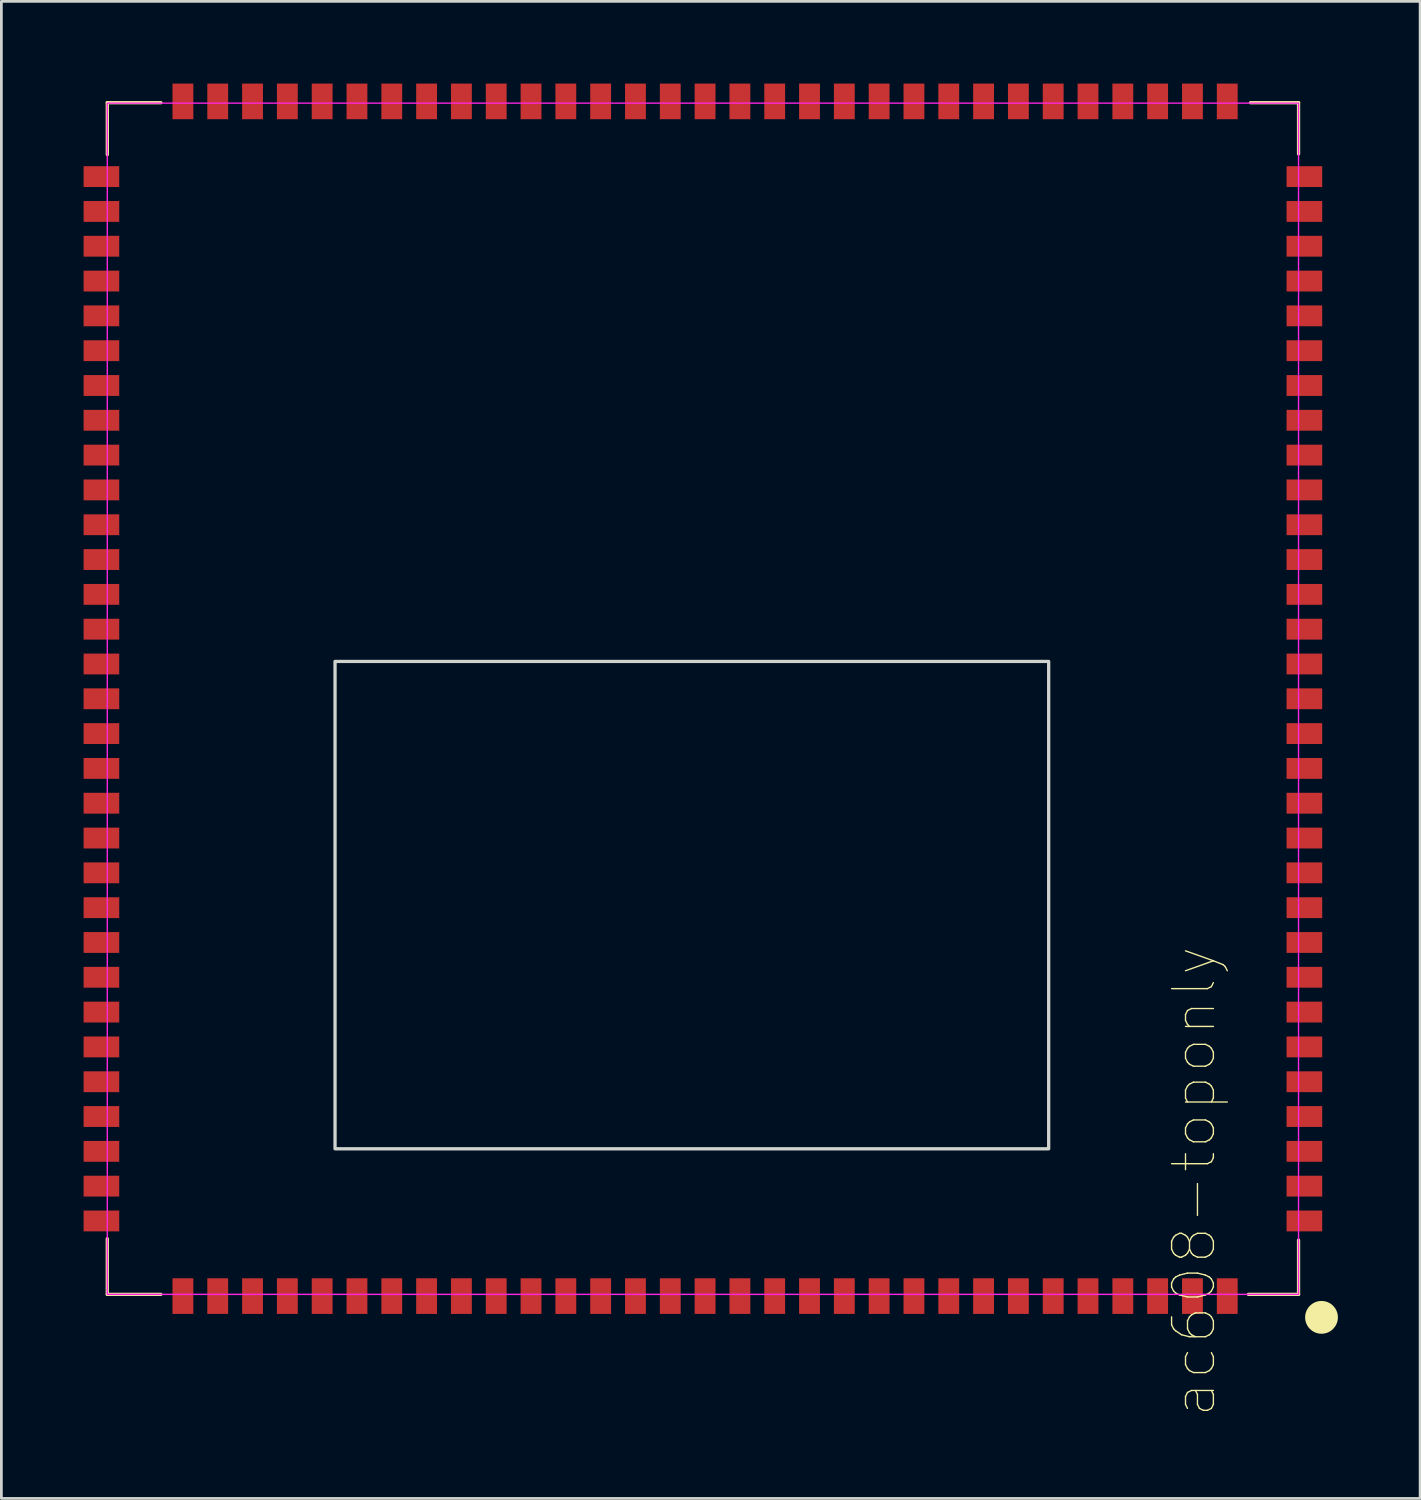
<source format=kicad_pcb>
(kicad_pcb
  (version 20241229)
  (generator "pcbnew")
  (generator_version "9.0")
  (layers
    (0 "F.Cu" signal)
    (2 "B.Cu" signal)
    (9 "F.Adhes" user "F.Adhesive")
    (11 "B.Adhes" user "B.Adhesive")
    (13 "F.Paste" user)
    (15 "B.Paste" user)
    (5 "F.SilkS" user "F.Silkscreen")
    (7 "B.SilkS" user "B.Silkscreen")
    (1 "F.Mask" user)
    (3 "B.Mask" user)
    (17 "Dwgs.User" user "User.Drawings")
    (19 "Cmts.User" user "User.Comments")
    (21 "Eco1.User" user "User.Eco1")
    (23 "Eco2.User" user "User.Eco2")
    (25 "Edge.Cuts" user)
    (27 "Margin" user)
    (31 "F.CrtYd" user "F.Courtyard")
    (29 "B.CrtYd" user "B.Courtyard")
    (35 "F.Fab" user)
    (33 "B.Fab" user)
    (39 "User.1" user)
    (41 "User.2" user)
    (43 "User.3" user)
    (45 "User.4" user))
  (footprint "ac608-toponly"
    (layer "F.Cu")
    (at 0.864 44.172)
    (property "Reference" "ac608-toponly" (at 39.65 -4.115 90) (layer "F.SilkS") (effects (font (size 1.524 1.524) (thickness 0.05))))
    (attr smd)
    (fp_line (start 0 0) (end 0 -2.032) (stroke (width 0.12) (type solid)) (layer "F.SilkS"))
    (fp_line (start 0 0) (end 1.956 0) (stroke (width 0.12) (type solid)) (layer "F.SilkS"))
    (fp_line (start 0.001 -43.475) (end 0.001 -41.58) (stroke (width 0.12) (type solid)) (layer "F.SilkS"))
    (fp_line (start 0.001 -43.475) (end 1.956 -43.475) (stroke (width 0.12) (type solid)) (layer "F.SilkS"))
    (fp_line (start 43.46 -43.475) (end 41.707 -43.475) (stroke (width 0.12) (type solid)) (layer "F.SilkS"))
    (fp_line (start 43.46 -43.475) (end 43.46 -41.605) (stroke (width 0.12) (type solid)) (layer "F.SilkS"))
    (fp_line (start 43.46 -1.981) (end 43.46 0) (stroke (width 0.12) (type solid)) (layer "F.SilkS"))
    (fp_line (start 43.46 0) (end 41.631 0) (stroke (width 0.12) (type solid)) (layer "F.SilkS"))
    (fp_circle (center 44.298 0.838) (end 44.836 0.838) (stroke (width 0.12) (type solid)) (fill yes) (layer "F.SilkS"))
    (fp_rect (start 34.344 -5.311) (end 8.309 -23.091) (stroke (width 0.12) (type solid)) (fill no) (layer "Edge.Cuts"))
    (fp_rect (start 43.46 0) (end 0 -43.46) (stroke (width 0.05) (type solid)) (fill no) (layer "F.CrtYd"))
    (pad "1" smd rect (at 43.673 -2.679 270) (size 0.76 1.3) (layers "F.Cu" "F.Mask" "F.Paste"))
    (pad "2" smd rect (at 43.673 -3.949 270) (size 0.76 1.3) (layers "F.Cu" "F.Mask" "F.Paste"))
    (pad "3" smd rect (at 43.673 -5.218 270) (size 0.76 1.3) (layers "F.Cu" "F.Mask" "F.Paste"))
    (pad "4" smd rect (at 43.673 -6.489 270) (size 0.76 1.3) (layers "F.Cu" "F.Mask" "F.Paste"))
    (pad "5" smd rect (at 43.673 -7.758 270) (size 0.76 1.3) (layers "F.Cu" "F.Mask" "F.Paste"))
    (pad "6" smd rect (at 43.673 -9.028 270) (size 0.76 1.3) (layers "F.Cu" "F.Mask" "F.Paste"))
    (pad "7" smd rect (at 43.673 -10.299 270) (size 0.76 1.3) (layers "F.Cu" "F.Mask" "F.Paste"))
    (pad "8" smd rect (at 43.673 -11.569 270) (size 0.76 1.3) (layers "F.Cu" "F.Mask" "F.Paste"))
    (pad "9" smd rect (at 43.673 -12.838 270) (size 0.76 1.3) (layers "F.Cu" "F.Mask" "F.Paste"))
    (pad "10" smd rect (at 43.673 -14.108 270) (size 0.76 1.3) (layers "F.Cu" "F.Mask" "F.Paste"))
    (pad "11" smd rect (at 43.673 -15.379 270) (size 0.76 1.3) (layers "F.Cu" "F.Mask" "F.Paste"))
    (pad "12" smd rect (at 43.673 -16.648 270) (size 0.76 1.3) (layers "F.Cu" "F.Mask" "F.Paste"))
    (pad "13" smd rect (at 43.673 -17.919 270) (size 0.76 1.3) (layers "F.Cu" "F.Mask" "F.Paste"))
    (pad "14" smd rect (at 43.673 -19.189 270) (size 0.76 1.3) (layers "F.Cu" "F.Mask" "F.Paste"))
    (pad "15" smd rect (at 43.673 -20.459 270) (size 0.76 1.3) (layers "F.Cu" "F.Mask" "F.Paste"))
    (pad "16" smd rect (at 43.673 -21.729 270) (size 0.76 1.3) (layers "F.Cu" "F.Mask" "F.Paste"))
    (pad "17" smd rect (at 43.673 -22.998 270) (size 0.76 1.3) (layers "F.Cu" "F.Mask" "F.Paste"))
    (pad "18" smd rect (at 43.673 -24.268 270) (size 0.76 1.3) (layers "F.Cu" "F.Mask" "F.Paste"))
    (pad "19" smd rect (at 43.673 -25.538 270) (size 0.76 1.3) (layers "F.Cu" "F.Mask" "F.Paste"))
    (pad "20" smd rect (at 43.673 -26.808 270) (size 0.76 1.3) (layers "F.Cu" "F.Mask" "F.Paste"))
    (pad "21" smd rect (at 43.673 -28.078 270) (size 0.76 1.3) (layers "F.Cu" "F.Mask" "F.Paste"))
    (pad "22" smd rect (at 43.673 -29.349 270) (size 0.76 1.3) (layers "F.Cu" "F.Mask" "F.Paste"))
    (pad "23" smd rect (at 43.673 -30.619 270) (size 0.76 1.3) (layers "F.Cu" "F.Mask" "F.Paste"))
    (pad "24" smd rect (at 43.673 -31.889 270) (size 0.76 1.3) (layers "F.Cu" "F.Mask" "F.Paste"))
    (pad "25" smd rect (at 43.673 -33.158 270) (size 0.76 1.3) (layers "F.Cu" "F.Mask" "F.Paste"))
    (pad "26" smd rect (at 43.673 -34.428 270) (size 0.76 1.3) (layers "F.Cu" "F.Mask" "F.Paste"))
    (pad "27" smd rect (at 43.673 -35.699 270) (size 0.76 1.3) (layers "F.Cu" "F.Mask" "F.Paste"))
    (pad "28" smd rect (at 43.673 -36.968 270) (size 0.76 1.3) (layers "F.Cu" "F.Mask" "F.Paste"))
    (pad "29" smd rect (at 43.673 -38.239 270) (size 0.76 1.3) (layers "F.Cu" "F.Mask" "F.Paste"))
    (pad "30" smd rect (at 43.673 -39.508 270) (size 0.76 1.3) (layers "F.Cu" "F.Mask" "F.Paste"))
    (pad "31" smd rect (at 43.673 -40.779 270) (size 0.76 1.3) (layers "F.Cu" "F.Mask" "F.Paste"))
    (pad "32" smd rect (at 40.859 -43.523) (size 0.76 1.3) (layers "F.Cu" "F.Mask" "F.Paste"))
    (pad "33" smd rect (at 39.589 -43.523) (size 0.76 1.3) (layers "F.Cu" "F.Mask" "F.Paste"))
    (pad "34" smd rect (at 38.319 -43.523) (size 0.76 1.3) (layers "F.Cu" "F.Mask" "F.Paste"))
    (pad "35" smd rect (at 37.049 -43.523) (size 0.76 1.3) (layers "F.Cu" "F.Mask" "F.Paste"))
    (pad "36" smd rect (at 35.779 -43.523) (size 0.76 1.3) (layers "F.Cu" "F.Mask" "F.Paste"))
    (pad "37" smd rect (at 34.509 -43.523) (size 0.76 1.3) (layers "F.Cu" "F.Mask" "F.Paste"))
    (pad "38" smd rect (at 33.239 -43.523) (size 0.76 1.3) (layers "F.Cu" "F.Mask" "F.Paste"))
    (pad "39" smd rect (at 31.969 -43.523) (size 0.76 1.3) (layers "F.Cu" "F.Mask" "F.Paste"))
    (pad "40" smd rect (at 30.699 -43.523) (size 0.76 1.3) (layers "F.Cu" "F.Mask" "F.Paste"))
    (pad "41" smd rect (at 29.429 -43.523) (size 0.76 1.3) (layers "F.Cu" "F.Mask" "F.Paste"))
    (pad "42" smd rect (at 28.159 -43.523) (size 0.76 1.3) (layers "F.Cu" "F.Mask" "F.Paste"))
    (pad "43" smd rect (at 26.889 -43.523) (size 0.76 1.3) (layers "F.Cu" "F.Mask" "F.Paste"))
    (pad "44" smd rect (at 25.619 -43.523) (size 0.76 1.3) (layers "F.Cu" "F.Mask" "F.Paste"))
    (pad "45" smd rect (at 24.349 -43.523) (size 0.76 1.3) (layers "F.Cu" "F.Mask" "F.Paste"))
    (pad "46" smd rect (at 23.079 -43.523) (size 0.76 1.3) (layers "F.Cu" "F.Mask" "F.Paste"))
    (pad "47" smd rect (at 21.809 -43.523) (size 0.76 1.3) (layers "F.Cu" "F.Mask" "F.Paste"))
    (pad "48" smd rect (at 20.539 -43.523) (size 0.76 1.3) (layers "F.Cu" "F.Mask" "F.Paste"))
    (pad "49" smd rect (at 19.269 -43.523) (size 0.76 1.3) (layers "F.Cu" "F.Mask" "F.Paste"))
    (pad "50" smd rect (at 17.999 -43.523) (size 0.76 1.3) (layers "F.Cu" "F.Mask" "F.Paste"))
    (pad "51" smd rect (at 16.729 -43.523) (size 0.76 1.3) (layers "F.Cu" "F.Mask" "F.Paste"))
    (pad "52" smd rect (at 15.459 -43.523) (size 0.76 1.3) (layers "F.Cu" "F.Mask" "F.Paste"))
    (pad "53" smd rect (at 14.189 -43.523) (size 0.76 1.3) (layers "F.Cu" "F.Mask" "F.Paste"))
    (pad "54" smd rect (at 12.919 -43.523) (size 0.76 1.3) (layers "F.Cu" "F.Mask" "F.Paste"))
    (pad "55" smd rect (at 11.649 -43.523) (size 0.76 1.3) (layers "F.Cu" "F.Mask" "F.Paste"))
    (pad "56" smd rect (at 10.379 -43.523) (size 0.76 1.3) (layers "F.Cu" "F.Mask" "F.Paste"))
    (pad "57" smd rect (at 9.109 -43.523) (size 0.76 1.3) (layers "F.Cu" "F.Mask" "F.Paste"))
    (pad "58" smd rect (at 7.839 -43.523) (size 0.76 1.3) (layers "F.Cu" "F.Mask" "F.Paste"))
    (pad "59" smd rect (at 6.569 -43.523) (size 0.76 1.3) (layers "F.Cu" "F.Mask" "F.Paste"))
    (pad "60" smd rect (at 5.299 -43.523) (size 0.76 1.3) (layers "F.Cu" "F.Mask" "F.Paste"))
    (pad "61" smd rect (at 4.029 -43.523) (size 0.76 1.3) (layers "F.Cu" "F.Mask" "F.Paste"))
    (pad "62" smd rect (at 2.759 -43.523) (size 0.76 1.3) (layers "F.Cu" "F.Mask" "F.Paste"))
    (pad "63" smd rect (at -0.214 -40.779 90) (size 0.76 1.3) (layers "F.Cu" "F.Mask" "F.Paste"))
    (pad "64" smd rect (at -0.214 -39.508 90) (size 0.76 1.3) (layers "F.Cu" "F.Mask" "F.Paste"))
    (pad "65" smd rect (at -0.214 -38.239 90) (size 0.76 1.3) (layers "F.Cu" "F.Mask" "F.Paste"))
    (pad "66" smd rect (at -0.214 -36.968 90) (size 0.76 1.3) (layers "F.Cu" "F.Mask" "F.Paste"))
    (pad "67" smd rect (at -0.214 -35.699 90) (size 0.76 1.3) (layers "F.Cu" "F.Mask" "F.Paste"))
    (pad "68" smd rect (at -0.214 -34.428 90) (size 0.76 1.3) (layers "F.Cu" "F.Mask" "F.Paste"))
    (pad "69" smd rect (at -0.214 -33.158 90) (size 0.76 1.3) (layers "F.Cu" "F.Mask" "F.Paste"))
    (pad "70" smd rect (at -0.214 -31.889 90) (size 0.76 1.3) (layers "F.Cu" "F.Mask" "F.Paste"))
    (pad "71" smd rect (at -0.214 -30.619 90) (size 0.76 1.3) (layers "F.Cu" "F.Mask" "F.Paste"))
    (pad "72" smd rect (at -0.214 -29.349 90) (size 0.76 1.3) (layers "F.Cu" "F.Mask" "F.Paste"))
    (pad "73" smd rect (at -0.214 -28.078 90) (size 0.76 1.3) (layers "F.Cu" "F.Mask" "F.Paste"))
    (pad "74" smd rect (at -0.214 -26.808 90) (size 0.76 1.3) (layers "F.Cu" "F.Mask" "F.Paste"))
    (pad "75" smd rect (at -0.214 -25.538 90) (size 0.76 1.3) (layers "F.Cu" "F.Mask" "F.Paste"))
    (pad "76" smd rect (at -0.214 -24.268 90) (size 0.76 1.3) (layers "F.Cu" "F.Mask" "F.Paste"))
    (pad "77" smd rect (at -0.214 -22.998 90) (size 0.76 1.3) (layers "F.Cu" "F.Mask" "F.Paste"))
    (pad "78" smd rect (at -0.214 -21.729 90) (size 0.76 1.3) (layers "F.Cu" "F.Mask" "F.Paste"))
    (pad "79" smd rect (at -0.214 -20.459 90) (size 0.76 1.3) (layers "F.Cu" "F.Mask" "F.Paste"))
    (pad "80" smd rect (at -0.214 -19.189 90) (size 0.76 1.3) (layers "F.Cu" "F.Mask" "F.Paste"))
    (pad "81" smd rect (at -0.214 -17.919 90) (size 0.76 1.3) (layers "F.Cu" "F.Mask" "F.Paste"))
    (pad "82" smd rect (at -0.214 -16.648 90) (size 0.76 1.3) (layers "F.Cu" "F.Mask" "F.Paste"))
    (pad "83" smd rect (at -0.214 -15.379 90) (size 0.76 1.3) (layers "F.Cu" "F.Mask" "F.Paste"))
    (pad "84" smd rect (at -0.214 -14.108 90) (size 0.76 1.3) (layers "F.Cu" "F.Mask" "F.Paste"))
    (pad "85" smd rect (at -0.214 -12.838 90) (size 0.76 1.3) (layers "F.Cu" "F.Mask" "F.Paste"))
    (pad "86" smd rect (at -0.214 -11.569 90) (size 0.76 1.3) (layers "F.Cu" "F.Mask" "F.Paste"))
    (pad "87" smd rect (at -0.214 -10.299 90) (size 0.76 1.3) (layers "F.Cu" "F.Mask" "F.Paste"))
    (pad "88" smd rect (at -0.214 -9.028 90) (size 0.76 1.3) (layers "F.Cu" "F.Mask" "F.Paste"))
    (pad "89" smd rect (at -0.214 -7.758 90) (size 0.76 1.3) (layers "F.Cu" "F.Mask" "F.Paste"))
    (pad "90" smd rect (at -0.214 -6.489 90) (size 0.76 1.3) (layers "F.Cu" "F.Mask" "F.Paste"))
    (pad "91" smd rect (at -0.214 -5.218 90) (size 0.76 1.3) (layers "F.Cu" "F.Mask" "F.Paste"))
    (pad "92" smd rect (at -0.214 -3.949 90) (size 0.76 1.3) (layers "F.Cu" "F.Mask" "F.Paste"))
    (pad "93" smd rect (at -0.214 -2.679 90) (size 0.76 1.3) (layers "F.Cu" "F.Mask" "F.Paste"))
    (pad "94" smd rect (at 2.759 0.063 180) (size 0.76 1.3) (layers "F.Cu" "F.Mask" "F.Paste"))
    (pad "95" smd rect (at 4.029 0.063 180) (size 0.76 1.3) (layers "F.Cu" "F.Mask" "F.Paste"))
    (pad "96" smd rect (at 5.299 0.063 180) (size 0.76 1.3) (layers "F.Cu" "F.Mask" "F.Paste"))
    (pad "97" smd rect (at 6.569 0.063 180) (size 0.76 1.3) (layers "F.Cu" "F.Mask" "F.Paste"))
    (pad "98" smd rect (at 7.839 0.063 180) (size 0.76 1.3) (layers "F.Cu" "F.Mask" "F.Paste"))
    (pad "99" smd rect (at 9.109 0.063 180) (size 0.76 1.3) (layers "F.Cu" "F.Mask" "F.Paste"))
    (pad "100" smd rect (at 10.379 0.063 180) (size 0.76 1.3) (layers "F.Cu" "F.Mask" "F.Paste"))
    (pad "101" smd rect (at 11.649 0.063 180) (size 0.76 1.3) (layers "F.Cu" "F.Mask" "F.Paste"))
    (pad "102" smd rect (at 12.919 0.063 180) (size 0.76 1.3) (layers "F.Cu" "F.Mask" "F.Paste"))
    (pad "103" smd rect (at 14.189 0.063 180) (size 0.76 1.3) (layers "F.Cu" "F.Mask" "F.Paste"))
    (pad "104" smd rect (at 15.459 0.063 180) (size 0.76 1.3) (layers "F.Cu" "F.Mask" "F.Paste"))
    (pad "105" smd rect (at 16.729 0.063 180) (size 0.76 1.3) (layers "F.Cu" "F.Mask" "F.Paste"))
    (pad "106" smd rect (at 17.999 0.063 180) (size 0.76 1.3) (layers "F.Cu" "F.Mask" "F.Paste"))
    (pad "107" smd rect (at 19.269 0.063 180) (size 0.76 1.3) (layers "F.Cu" "F.Mask" "F.Paste"))
    (pad "108" smd rect (at 20.539 0.063 180) (size 0.76 1.3) (layers "F.Cu" "F.Mask" "F.Paste"))
    (pad "109" smd rect (at 21.809 0.063 180) (size 0.76 1.3) (layers "F.Cu" "F.Mask" "F.Paste"))
    (pad "110" smd rect (at 23.079 0.063 180) (size 0.76 1.3) (layers "F.Cu" "F.Mask" "F.Paste"))
    (pad "111" smd rect (at 24.349 0.063 180) (size 0.76 1.3) (layers "F.Cu" "F.Mask" "F.Paste"))
    (pad "112" smd rect (at 25.619 0.063 180) (size 0.76 1.3) (layers "F.Cu" "F.Mask" "F.Paste"))
    (pad "113" smd rect (at 26.889 0.063 180) (size 0.76 1.3) (layers "F.Cu" "F.Mask" "F.Paste"))
    (pad "114" smd rect (at 28.159 0.063 180) (size 0.76 1.3) (layers "F.Cu" "F.Mask" "F.Paste"))
    (pad "115" smd rect (at 29.429 0.063 180) (size 0.76 1.3) (layers "F.Cu" "F.Mask" "F.Paste"))
    (pad "116" smd rect (at 30.699 0.063 180) (size 0.76 1.3) (layers "F.Cu" "F.Mask" "F.Paste"))
    (pad "117" smd rect (at 31.969 0.063 180) (size 0.76 1.3) (layers "F.Cu" "F.Mask" "F.Paste"))
    (pad "118" smd rect (at 33.239 0.063 180) (size 0.76 1.3) (layers "F.Cu" "F.Mask" "F.Paste"))
    (pad "119" smd rect (at 34.509 0.063 180) (size 0.76 1.3) (layers "F.Cu" "F.Mask" "F.Paste"))
    (pad "120" smd rect (at 35.779 0.063 180) (size 0.76 1.3) (layers "F.Cu" "F.Mask" "F.Paste"))
    (pad "121" smd rect (at 37.049 0.063 180) (size 0.76 1.3) (layers "F.Cu" "F.Mask" "F.Paste"))
    (pad "122" smd rect (at 38.319 0.063 180) (size 0.76 1.3) (layers "F.Cu" "F.Mask" "F.Paste"))
    (pad "123" smd rect (at 39.589 0.063 180) (size 0.76 1.3) (layers "F.Cu" "F.Mask" "F.Paste"))
    (pad "124" smd rect (at 40.859 0.063 180) (size 0.76 1.3) (layers "F.Cu" "F.Mask" "F.Paste")))
  (gr_rect
    (start -3 -3)
    (end 48.759 51.616)
    (stroke (width 0.1) (type default))
    (fill no)
    (layer "Edge.Cuts")))
</source>
